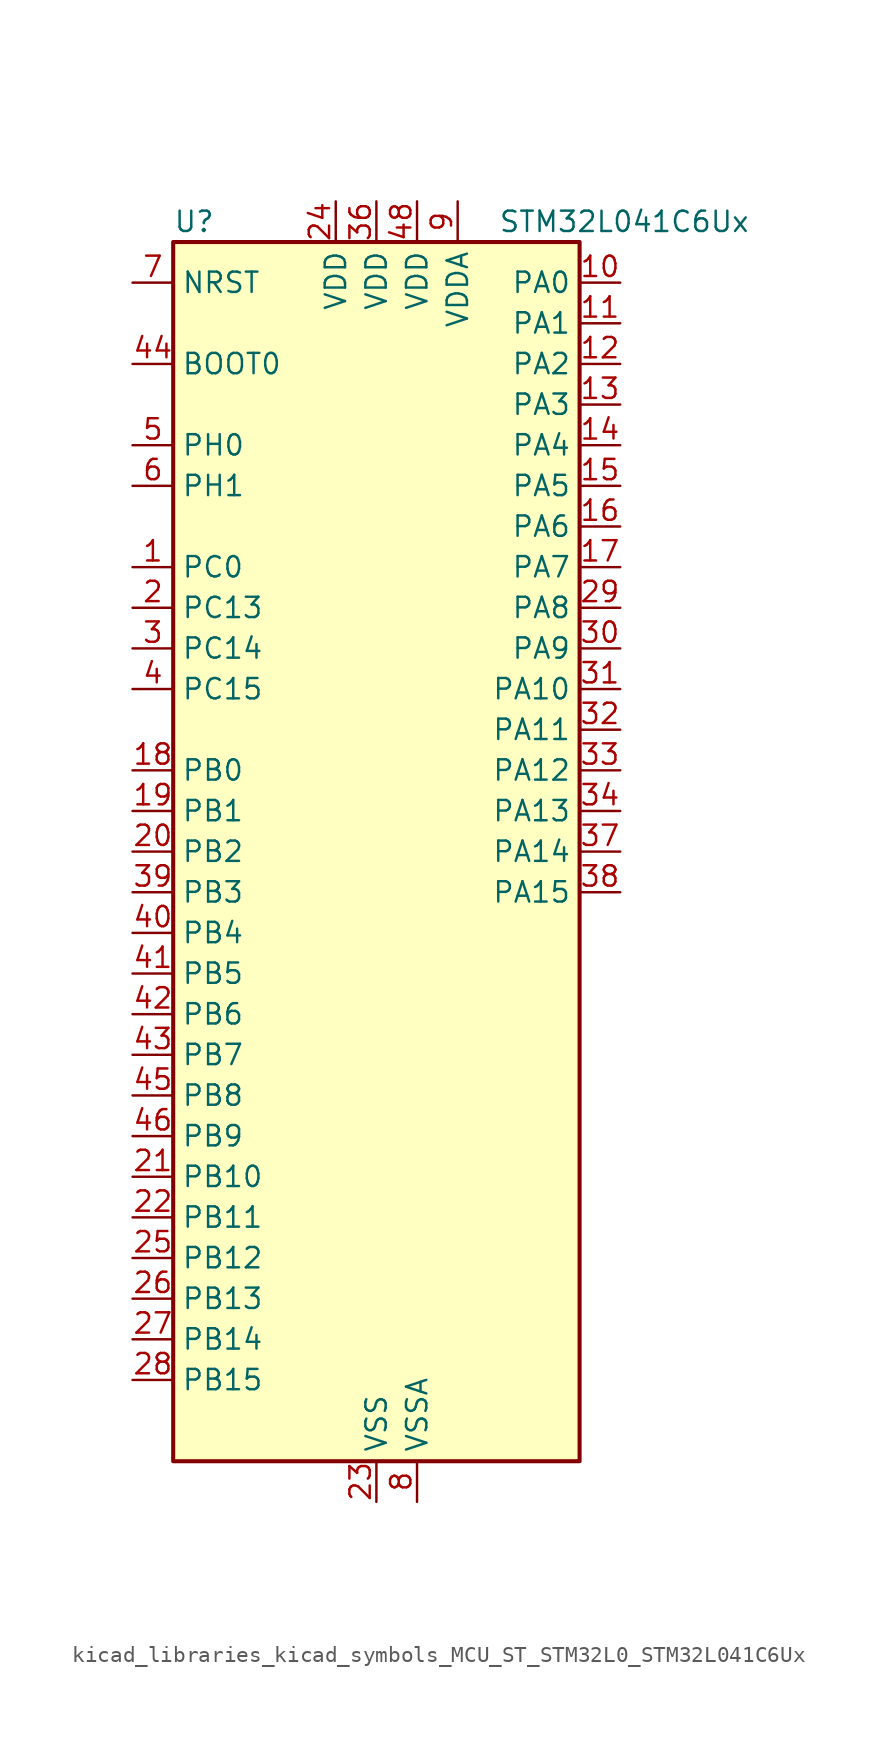
<source format=kicad_sym>
(kicad_symbol_lib
  (version 20220914)
  (generator kicad_symbol_editor)
  (symbol "kicad_libraries_kicad_symbols_MCU_ST_STM32L0_STM32L041C6Ux"
    (property "Reference" "U"
      (at -12.7 39.37 0)
      (effects (font (size 1.27 1.27)) (justify left)))
    (property "Value" "STM32L041C6Ux"
      (at 7.62 39.37 0)
      (effects (font (size 1.27 1.27)) (justify left)))
    (property "ki_locked" ""
      (at 0 0 0)
      (effects (font (size 1.27 1.27))))
    (symbol "kicad_libraries_kicad_symbols_MCU_ST_STM32L0_STM32L041C6Ux_0_1"
      (rectangle (start -12.7 -38.1) (end 12.7 38.1) (stroke (width 0.254) (type default)) (fill (type background))))
    (symbol "kicad_libraries_kicad_symbols_MCU_ST_STM32L0_STM32L041C6Ux_1_1"
      (pin bidirectional line (at -15.24 17.78 0) (length 2.54) (name "PC0" (effects (font (size 1.27 1.27)))) (number "1" (effects (font (size 1.27 1.27)))) (alternate "LPTIM1_IN1" bidirectional line) (alternate "LPUART1_RX" bidirectional line))
      (pin bidirectional line (at 15.24 35.56 180) (length 2.54) (name "PA0" (effects (font (size 1.27 1.27)))) (number "10" (effects (font (size 1.27 1.27)))) (alternate "ADC_IN0" bidirectional line) (alternate "COMP1_INM" bidirectional line) (alternate "COMP1_OUT" bidirectional line) (alternate "LPTIM1_IN1" bidirectional line) (alternate "RTC_TAMP2" bidirectional line) (alternate "SYS_WKUP1" bidirectional line) (alternate "TIM2_CH1" bidirectional line) (alternate "TIM2_ETR" bidirectional line) (alternate "USART2_CTS" bidirectional line))
      (pin bidirectional line (at 15.24 33.02 180) (length 2.54) (name "PA1" (effects (font (size 1.27 1.27)))) (number "11" (effects (font (size 1.27 1.27)))) (alternate "ADC_IN1" bidirectional line) (alternate "COMP1_INP" bidirectional line) (alternate "I2C1_SMBA" bidirectional line) (alternate "LPTIM1_IN2" bidirectional line) (alternate "TIM21_ETR" bidirectional line) (alternate "TIM2_CH2" bidirectional line) (alternate "USART2_DE" bidirectional line) (alternate "USART2_RTS" bidirectional line))
      (pin bidirectional line (at 15.24 30.48 180) (length 2.54) (name "PA2" (effects (font (size 1.27 1.27)))) (number "12" (effects (font (size 1.27 1.27)))) (alternate "ADC_IN2" bidirectional line) (alternate "COMP2_INM" bidirectional line) (alternate "COMP2_OUT" bidirectional line) (alternate "LPUART1_TX" bidirectional line) (alternate "RTC_OUT_ALARM" bidirectional line) (alternate "RTC_OUT_CALIB" bidirectional line) (alternate "RTC_TAMP3" bidirectional line) (alternate "RTC_TS" bidirectional line) (alternate "SYS_WKUP3" bidirectional line) (alternate "TIM21_CH1" bidirectional line) (alternate "TIM2_CH3" bidirectional line) (alternate "USART2_TX" bidirectional line))
      (pin bidirectional line (at 15.24 27.94 180) (length 2.54) (name "PA3" (effects (font (size 1.27 1.27)))) (number "13" (effects (font (size 1.27 1.27)))) (alternate "ADC_IN3" bidirectional line) (alternate "COMP2_INP" bidirectional line) (alternate "LPUART1_RX" bidirectional line) (alternate "TIM21_CH2" bidirectional line) (alternate "TIM2_CH4" bidirectional line) (alternate "USART2_RX" bidirectional line))
      (pin bidirectional line (at 15.24 25.4 180) (length 2.54) (name "PA4" (effects (font (size 1.27 1.27)))) (number "14" (effects (font (size 1.27 1.27)))) (alternate "ADC_IN4" bidirectional line) (alternate "COMP1_INM" bidirectional line) (alternate "COMP2_INM" bidirectional line) (alternate "LPTIM1_IN1" bidirectional line) (alternate "SPI1_NSS" bidirectional line) (alternate "TIM22_ETR" bidirectional line) (alternate "USART2_CK" bidirectional line))
      (pin bidirectional line (at 15.24 22.86 180) (length 2.54) (name "PA5" (effects (font (size 1.27 1.27)))) (number "15" (effects (font (size 1.27 1.27)))) (alternate "ADC_IN5" bidirectional line) (alternate "COMP1_INM" bidirectional line) (alternate "COMP2_INM" bidirectional line) (alternate "LPTIM1_IN2" bidirectional line) (alternate "SPI1_SCK" bidirectional line) (alternate "TIM2_CH1" bidirectional line) (alternate "TIM2_ETR" bidirectional line))
      (pin bidirectional line (at 15.24 20.32 180) (length 2.54) (name "PA6" (effects (font (size 1.27 1.27)))) (number "16" (effects (font (size 1.27 1.27)))) (alternate "ADC_IN6" bidirectional line) (alternate "COMP1_OUT" bidirectional line) (alternate "LPTIM1_ETR" bidirectional line) (alternate "LPUART1_CTS" bidirectional line) (alternate "SPI1_MISO" bidirectional line) (alternate "TIM22_CH1" bidirectional line))
      (pin bidirectional line (at 15.24 17.78 180) (length 2.54) (name "PA7" (effects (font (size 1.27 1.27)))) (number "17" (effects (font (size 1.27 1.27)))) (alternate "ADC_IN7" bidirectional line) (alternate "COMP2_OUT" bidirectional line) (alternate "LPTIM1_OUT" bidirectional line) (alternate "SPI1_MOSI" bidirectional line) (alternate "TIM22_CH2" bidirectional line) (alternate "USART2_CTS" bidirectional line))
      (pin bidirectional line (at -15.24 5.08 0) (length 2.54) (name "PB0" (effects (font (size 1.27 1.27)))) (number "18" (effects (font (size 1.27 1.27)))) (alternate "ADC_IN8" bidirectional line) (alternate "SPI1_MISO" bidirectional line) (alternate "SYS_VREF_OUT_PB0" bidirectional line) (alternate "TIM2_CH3" bidirectional line) (alternate "USART2_DE" bidirectional line) (alternate "USART2_RTS" bidirectional line))
      (pin bidirectional line (at -15.24 2.54 0) (length 2.54) (name "PB1" (effects (font (size 1.27 1.27)))) (number "19" (effects (font (size 1.27 1.27)))) (alternate "ADC_IN9" bidirectional line) (alternate "LPUART1_DE" bidirectional line) (alternate "LPUART1_RTS" bidirectional line) (alternate "SPI1_MOSI" bidirectional line) (alternate "SYS_VREF_OUT_PB1" bidirectional line) (alternate "TIM2_CH4" bidirectional line) (alternate "USART2_CK" bidirectional line))
      (pin bidirectional line (at -15.24 15.24 0) (length 2.54) (name "PC13" (effects (font (size 1.27 1.27)))) (number "2" (effects (font (size 1.27 1.27)))) (alternate "RTC_TAMP1" bidirectional line) (alternate "SYS_WKUP2" bidirectional line))
      (pin bidirectional line (at -15.24 0 0) (length 2.54) (name "PB2" (effects (font (size 1.27 1.27)))) (number "20" (effects (font (size 1.27 1.27)))) (alternate "LPTIM1_OUT" bidirectional line))
      (pin bidirectional line (at -15.24 -20.32 0) (length 2.54) (name "PB10" (effects (font (size 1.27 1.27)))) (number "21" (effects (font (size 1.27 1.27)))) (alternate "LPUART1_TX" bidirectional line) (alternate "TIM2_CH3" bidirectional line))
      (pin bidirectional line (at -15.24 -22.86 0) (length 2.54) (name "PB11" (effects (font (size 1.27 1.27)))) (number "22" (effects (font (size 1.27 1.27)))) (alternate "ADC_EXTI11" bidirectional line) (alternate "LPUART1_RX" bidirectional line) (alternate "TIM2_CH4" bidirectional line))
      (pin power_in line (at 0 -40.64 90) (length 2.54) (name "VSS" (effects (font (size 1.27 1.27)))) (number "23" (effects (font (size 1.27 1.27)))))
      (pin power_in line (at -2.54 40.64 270) (length 2.54) (name "VDD" (effects (font (size 1.27 1.27)))) (number "24" (effects (font (size 1.27 1.27)))))
      (pin bidirectional line (at -15.24 -25.4 0) (length 2.54) (name "PB12" (effects (font (size 1.27 1.27)))) (number "25" (effects (font (size 1.27 1.27)))) (alternate "SPI1_NSS" bidirectional line))
      (pin bidirectional line (at -15.24 -27.94 0) (length 2.54) (name "PB13" (effects (font (size 1.27 1.27)))) (number "26" (effects (font (size 1.27 1.27)))) (alternate "LPUART1_CTS" bidirectional line) (alternate "RCC_MCO" bidirectional line) (alternate "SPI1_SCK" bidirectional line) (alternate "TIM21_CH1" bidirectional line))
      (pin bidirectional line (at -15.24 -30.48 0) (length 2.54) (name "PB14" (effects (font (size 1.27 1.27)))) (number "27" (effects (font (size 1.27 1.27)))) (alternate "LPUART1_DE" bidirectional line) (alternate "LPUART1_RTS" bidirectional line) (alternate "RTC_OUT_ALARM" bidirectional line) (alternate "RTC_OUT_CALIB" bidirectional line) (alternate "SPI1_MISO" bidirectional line) (alternate "TIM21_CH2" bidirectional line))
      (pin bidirectional line (at -15.24 -33.02 0) (length 2.54) (name "PB15" (effects (font (size 1.27 1.27)))) (number "28" (effects (font (size 1.27 1.27)))) (alternate "RTC_REFIN" bidirectional line) (alternate "SPI1_MOSI" bidirectional line))
      (pin bidirectional line (at 15.24 15.24 180) (length 2.54) (name "PA8" (effects (font (size 1.27 1.27)))) (number "29" (effects (font (size 1.27 1.27)))) (alternate "LPTIM1_IN1" bidirectional line) (alternate "RCC_MCO" bidirectional line) (alternate "TIM2_CH1" bidirectional line) (alternate "USART2_CK" bidirectional line))
      (pin bidirectional line (at -15.24 12.7 0) (length 2.54) (name "PC14" (effects (font (size 1.27 1.27)))) (number "3" (effects (font (size 1.27 1.27)))) (alternate "RCC_OSC32_IN" bidirectional line))
      (pin bidirectional line (at 15.24 12.7 180) (length 2.54) (name "PA9" (effects (font (size 1.27 1.27)))) (number "30" (effects (font (size 1.27 1.27)))) (alternate "I2C1_SCL" bidirectional line) (alternate "RCC_MCO" bidirectional line) (alternate "TIM22_CH1" bidirectional line) (alternate "USART2_TX" bidirectional line))
      (pin bidirectional line (at 15.24 10.16 180) (length 2.54) (name "PA10" (effects (font (size 1.27 1.27)))) (number "31" (effects (font (size 1.27 1.27)))) (alternate "I2C1_SDA" bidirectional line) (alternate "TIM22_CH2" bidirectional line) (alternate "USART2_RX" bidirectional line))
      (pin bidirectional line (at 15.24 7.62 180) (length 2.54) (name "PA11" (effects (font (size 1.27 1.27)))) (number "32" (effects (font (size 1.27 1.27)))) (alternate "ADC_EXTI11" bidirectional line) (alternate "COMP1_OUT" bidirectional line) (alternate "SPI1_MISO" bidirectional line) (alternate "TIM21_CH2" bidirectional line) (alternate "USART2_CTS" bidirectional line))
      (pin bidirectional line (at 15.24 5.08 180) (length 2.54) (name "PA12" (effects (font (size 1.27 1.27)))) (number "33" (effects (font (size 1.27 1.27)))) (alternate "COMP2_OUT" bidirectional line) (alternate "SPI1_MOSI" bidirectional line) (alternate "USART2_DE" bidirectional line) (alternate "USART2_RTS" bidirectional line))
      (pin bidirectional line (at 15.24 2.54 180) (length 2.54) (name "PA13" (effects (font (size 1.27 1.27)))) (number "34" (effects (font (size 1.27 1.27)))) (alternate "LPTIM1_ETR" bidirectional line) (alternate "LPUART1_RX" bidirectional line) (alternate "SYS_SWDIO" bidirectional line))
      (pin passive line (at 0 -40.64 90) (length 2.54) hide (name "VSS" (effects (font (size 1.27 1.27)))) (number "35" (effects (font (size 1.27 1.27)))))
      (pin power_in line (at 0 40.64 270) (length 2.54) (name "VDD" (effects (font (size 1.27 1.27)))) (number "36" (effects (font (size 1.27 1.27)))))
      (pin bidirectional line (at 15.24 0 180) (length 2.54) (name "PA14" (effects (font (size 1.27 1.27)))) (number "37" (effects (font (size 1.27 1.27)))) (alternate "I2C1_SMBA" bidirectional line) (alternate "LPTIM1_OUT" bidirectional line) (alternate "LPUART1_TX" bidirectional line) (alternate "SYS_SWCLK" bidirectional line) (alternate "USART2_TX" bidirectional line))
      (pin bidirectional line (at 15.24 -2.54 180) (length 2.54) (name "PA15" (effects (font (size 1.27 1.27)))) (number "38" (effects (font (size 1.27 1.27)))) (alternate "SPI1_NSS" bidirectional line) (alternate "TIM2_CH1" bidirectional line) (alternate "TIM2_ETR" bidirectional line) (alternate "USART2_RX" bidirectional line))
      (pin bidirectional line (at -15.24 -2.54 0) (length 2.54) (name "PB3" (effects (font (size 1.27 1.27)))) (number "39" (effects (font (size 1.27 1.27)))) (alternate "COMP2_INM" bidirectional line) (alternate "SPI1_SCK" bidirectional line) (alternate "TIM2_CH2" bidirectional line))
      (pin bidirectional line (at -15.24 10.16 0) (length 2.54) (name "PC15" (effects (font (size 1.27 1.27)))) (number "4" (effects (font (size 1.27 1.27)))) (alternate "RCC_OSC32_OUT" bidirectional line))
      (pin bidirectional line (at -15.24 -5.08 0) (length 2.54) (name "PB4" (effects (font (size 1.27 1.27)))) (number "40" (effects (font (size 1.27 1.27)))) (alternate "COMP2_INP" bidirectional line) (alternate "SPI1_MISO" bidirectional line) (alternate "TIM22_CH1" bidirectional line))
      (pin bidirectional line (at -15.24 -7.62 0) (length 2.54) (name "PB5" (effects (font (size 1.27 1.27)))) (number "41" (effects (font (size 1.27 1.27)))) (alternate "COMP2_INP" bidirectional line) (alternate "I2C1_SMBA" bidirectional line) (alternate "LPTIM1_IN1" bidirectional line) (alternate "SPI1_MOSI" bidirectional line) (alternate "TIM22_CH2" bidirectional line))
      (pin bidirectional line (at -15.24 -10.16 0) (length 2.54) (name "PB6" (effects (font (size 1.27 1.27)))) (number "42" (effects (font (size 1.27 1.27)))) (alternate "COMP2_INP" bidirectional line) (alternate "I2C1_SCL" bidirectional line) (alternate "LPTIM1_ETR" bidirectional line) (alternate "TIM21_CH1" bidirectional line) (alternate "USART2_TX" bidirectional line))
      (pin bidirectional line (at -15.24 -12.7 0) (length 2.54) (name "PB7" (effects (font (size 1.27 1.27)))) (number "43" (effects (font (size 1.27 1.27)))) (alternate "COMP2_INP" bidirectional line) (alternate "I2C1_SDA" bidirectional line) (alternate "LPTIM1_IN2" bidirectional line) (alternate "SYS_PVD_IN" bidirectional line) (alternate "USART2_RX" bidirectional line))
      (pin input line (at -15.24 30.48 0) (length 2.54) (name "BOOT0" (effects (font (size 1.27 1.27)))) (number "44" (effects (font (size 1.27 1.27)))))
      (pin bidirectional line (at -15.24 -15.24 0) (length 2.54) (name "PB8" (effects (font (size 1.27 1.27)))) (number "45" (effects (font (size 1.27 1.27)))) (alternate "I2C1_SCL" bidirectional line))
      (pin bidirectional line (at -15.24 -17.78 0) (length 2.54) (name "PB9" (effects (font (size 1.27 1.27)))) (number "46" (effects (font (size 1.27 1.27)))) (alternate "I2C1_SDA" bidirectional line))
      (pin passive line (at 0 -40.64 90) (length 2.54) hide (name "VSS" (effects (font (size 1.27 1.27)))) (number "47" (effects (font (size 1.27 1.27)))))
      (pin power_in line (at 2.54 40.64 270) (length 2.54) (name "VDD" (effects (font (size 1.27 1.27)))) (number "48" (effects (font (size 1.27 1.27)))))
      (pin passive line (at 0 -40.64 90) (length 2.54) hide (name "VSS" (effects (font (size 1.27 1.27)))) (number "49" (effects (font (size 1.27 1.27)))))
      (pin bidirectional line (at -15.24 25.4 0) (length 2.54) (name "PH0" (effects (font (size 1.27 1.27)))) (number "5" (effects (font (size 1.27 1.27)))) (alternate "RCC_OSC_IN" bidirectional line))
      (pin bidirectional line (at -15.24 22.86 0) (length 2.54) (name "PH1" (effects (font (size 1.27 1.27)))) (number "6" (effects (font (size 1.27 1.27)))) (alternate "RCC_OSC_OUT" bidirectional line))
      (pin input line (at -15.24 35.56 0) (length 2.54) (name "NRST" (effects (font (size 1.27 1.27)))) (number "7" (effects (font (size 1.27 1.27)))))
      (pin power_in line (at 2.54 -40.64 90) (length 2.54) (name "VSSA" (effects (font (size 1.27 1.27)))) (number "8" (effects (font (size 1.27 1.27)))))
      (pin power_in line (at 5.08 40.64 270) (length 2.54) (name "VDDA" (effects (font (size 1.27 1.27)))) (number "9" (effects (font (size 1.27 1.27))))))))
</source>
